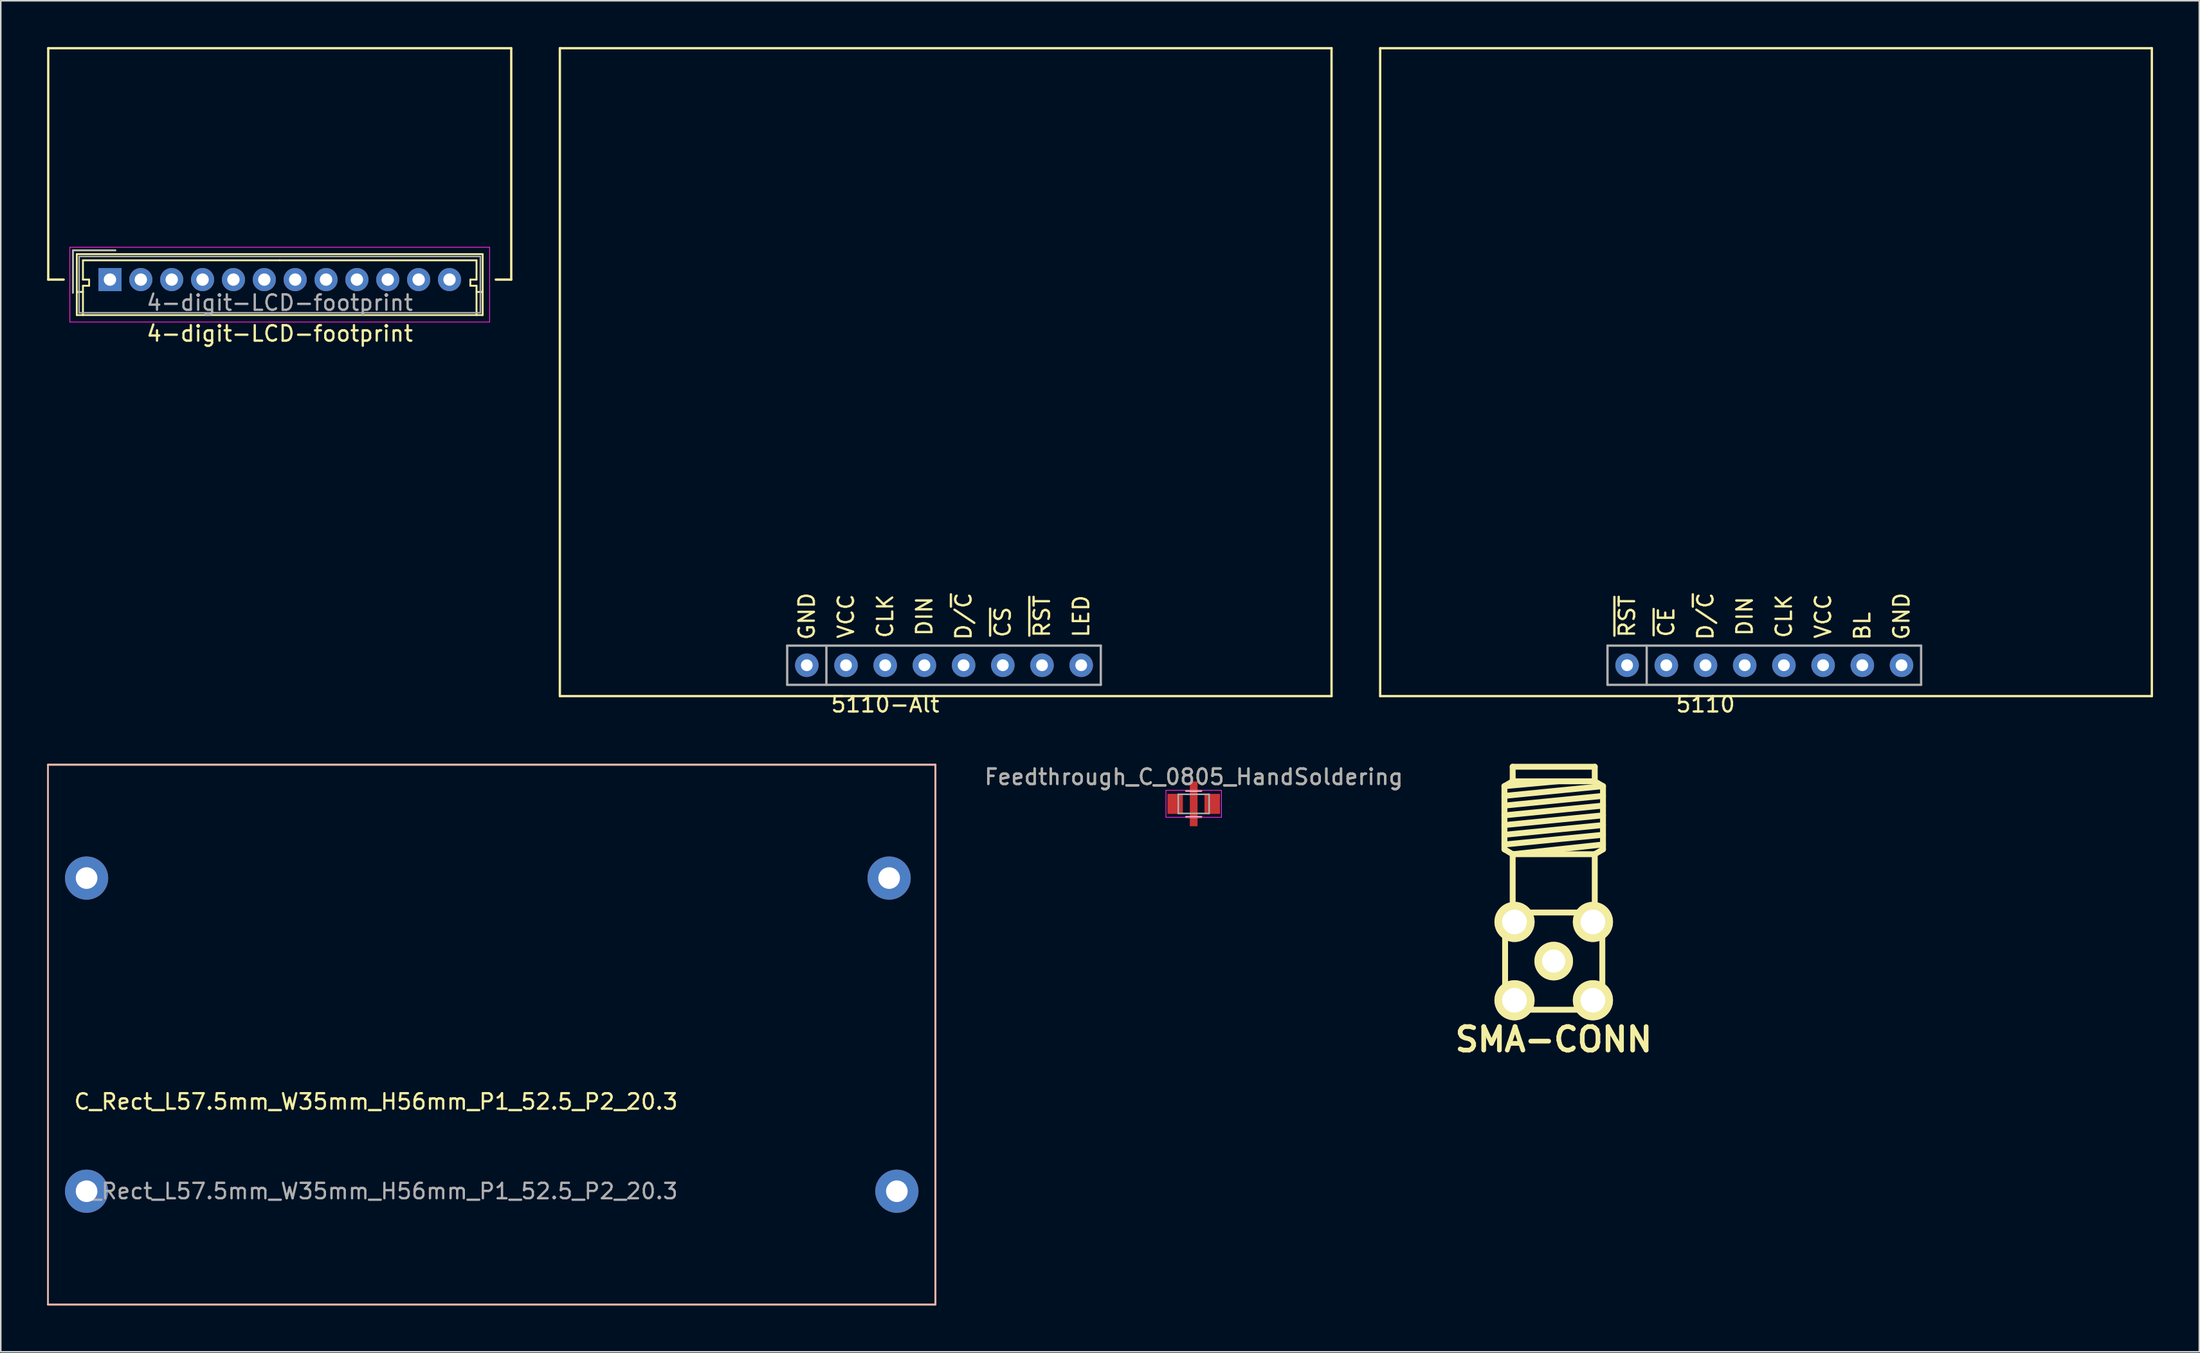
<source format=kicad_pcb>
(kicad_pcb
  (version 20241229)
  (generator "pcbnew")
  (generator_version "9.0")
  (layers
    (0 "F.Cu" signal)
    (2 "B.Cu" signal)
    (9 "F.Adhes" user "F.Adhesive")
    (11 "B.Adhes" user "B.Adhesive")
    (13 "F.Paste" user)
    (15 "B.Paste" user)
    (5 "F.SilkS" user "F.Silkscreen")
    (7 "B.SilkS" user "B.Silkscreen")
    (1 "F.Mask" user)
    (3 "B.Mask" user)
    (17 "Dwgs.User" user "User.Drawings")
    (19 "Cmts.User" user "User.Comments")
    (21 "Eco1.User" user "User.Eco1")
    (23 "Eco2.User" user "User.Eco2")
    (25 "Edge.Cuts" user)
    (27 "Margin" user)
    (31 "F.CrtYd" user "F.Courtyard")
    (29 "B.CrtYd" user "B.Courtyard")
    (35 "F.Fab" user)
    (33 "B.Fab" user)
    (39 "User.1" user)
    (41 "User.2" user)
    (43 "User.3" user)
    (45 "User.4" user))
  (footprint "SMA-CONN"
    (layer "F.Cu")
    (at 97.62 59.255)
    (property "Reference" "SMA-CONN" (at 0 5.08 0) (layer "F.SilkS") (effects (font (size 1.524 1.524) (thickness 0.305))))
    (attr through_hole)
    (fp_line (start -3.193 -11.341) (end -2.659 -11.656) (stroke (width 0.381) (type solid)) (layer "F.SilkS"))
    (fp_line (start -3.193 -11.341) (end 0.267 -11.656) (stroke (width 0.381) (type solid)) (layer "F.SilkS"))
    (fp_line (start -3.193 -10.711) (end 3.193 -11.341) (stroke (width 0.381) (type solid)) (layer "F.SilkS"))
    (fp_line (start -3.193 -10.081) (end 3.193 -10.711) (stroke (width 0.381) (type solid)) (layer "F.SilkS"))
    (fp_line (start -3.193 -9.449) (end 3.193 -10.081) (stroke (width 0.381) (type solid)) (layer "F.SilkS"))
    (fp_line (start -3.193 -8.819) (end 3.193 -9.449) (stroke (width 0.381) (type solid)) (layer "F.SilkS"))
    (fp_line (start -3.193 -8.189) (end 3.193 -8.819) (stroke (width 0.381) (type solid)) (layer "F.SilkS"))
    (fp_line (start -3.193 -7.559) (end 3.193 -8.189) (stroke (width 0.381) (type solid)) (layer "F.SilkS"))
    (fp_line (start -3.193 -7.244) (end -3.193 -11.341) (stroke (width 0.381) (type solid)) (layer "F.SilkS"))
    (fp_line (start -3.15 -3.15) (end 3.15 -3.15) (stroke (width 0.381) (type solid)) (layer "F.SilkS"))
    (fp_line (start -3.15 3.15) (end -3.15 -3.15) (stroke (width 0.381) (type solid)) (layer "F.SilkS"))
    (fp_line (start -2.659 -11.656) (end -2.659 -12.601) (stroke (width 0.381) (type solid)) (layer "F.SilkS"))
    (fp_line (start -2.659 -11.656) (end 2.659 -11.656) (stroke (width 0.381) (type solid)) (layer "F.SilkS"))
    (fp_line (start -2.659 -6.929) (end -3.193 -7.244) (stroke (width 0.381) (type solid)) (layer "F.SilkS"))
    (fp_line (start -2.659 -3.15) (end -2.659 -6.929) (stroke (width 0.381) (type solid)) (layer "F.SilkS"))
    (fp_line (start 2.659 -12.601) (end -2.659 -12.601) (stroke (width 0.381) (type solid)) (layer "F.SilkS"))
    (fp_line (start 2.659 -11.656) (end 2.659 -12.601) (stroke (width 0.381) (type solid)) (layer "F.SilkS"))
    (fp_line (start 2.659 -11.656) (end 3.193 -11.341) (stroke (width 0.381) (type solid)) (layer "F.SilkS"))
    (fp_line (start 2.659 -6.929) (end -2.659 -6.929) (stroke (width 0.381) (type solid)) (layer "F.SilkS"))
    (fp_line (start 2.659 -3.15) (end 2.659 -6.929) (stroke (width 0.381) (type solid)) (layer "F.SilkS"))
    (fp_line (start 3.15 -3.15) (end 3.15 3.15) (stroke (width 0.381) (type solid)) (layer "F.SilkS"))
    (fp_line (start 3.15 3.15) (end -3.15 3.15) (stroke (width 0.381) (type solid)) (layer "F.SilkS"))
    (fp_line (start 3.193 -11.341) (end 3.193 -7.244) (stroke (width 0.381) (type solid)) (layer "F.SilkS"))
    (fp_line (start 3.193 -7.559) (end -2.659 -6.929) (stroke (width 0.381) (type solid)) (layer "F.SilkS"))
    (fp_line (start 3.193 -7.244) (end 2.659 -6.929) (stroke (width 0.381) (type solid)) (layer "F.SilkS"))
    (pad "1" thru_hole circle (at 0 0) (size 2.5 2.5) (drill 1.5) (layers "*.Cu" "*.Mask" "F.SilkS"))
    (pad "2" thru_hole circle (at -2.54 -2.54) (size 2.6 2.6) (drill 1.6) (layers "*.Cu" "*.Mask" "F.SilkS"))
    (pad "2" thru_hole circle (at -2.54 2.54) (size 2.6 2.6) (drill 1.6) (layers "*.Cu" "*.Mask" "F.SilkS"))
    (pad "2" thru_hole circle (at 2.54 -2.54) (size 2.6 2.6) (drill 1.6) (layers "*.Cu" "*.Mask" "F.SilkS"))
    (pad "2" thru_hole circle (at 2.54 2.54) (size 2.6 2.6) (drill 1.6) (layers "*.Cu" "*.Mask" "F.SilkS")))
  (footprint "4-digit-LCD-footprint"
    (layer "F.Cu")
    (at 4.075 15.075)
    (property "Reference" "4-digit-LCD-footprint" (at 11 3.5 0) (layer "F.SilkS") (effects (font (size 1 1) (thickness 0.15))))
    (attr through_hole)
    (fp_line (start -4 -15) (end 26 -15) (stroke (width 0.15) (type solid)) (layer "F.SilkS"))
    (fp_line (start -4 0) (end -4 -15) (stroke (width 0.15) (type solid)) (layer "F.SilkS"))
    (fp_line (start -4 0) (end -3 0) (stroke (width 0.15) (type solid)) (layer "F.SilkS"))
    (fp_line (start -2.4 -1.9) (end -2.4 0.85) (stroke (width 0.12) (type solid)) (layer "F.SilkS"))
    (fp_line (start -2.15 -1.65) (end -2.15 2.3) (stroke (width 0.12) (type solid)) (layer "F.SilkS"))
    (fp_line (start -2.15 0.8) (end -1.75 0.8) (stroke (width 0.12) (type solid)) (layer "F.SilkS"))
    (fp_line (start -2.15 2.3) (end 24.15 2.3) (stroke (width 0.12) (type solid)) (layer "F.SilkS"))
    (fp_line (start -1.75 -1.25) (end -1.75 0) (stroke (width 0.12) (type solid)) (layer "F.SilkS"))
    (fp_line (start -1.75 0) (end -1.35 0) (stroke (width 0.12) (type solid)) (layer "F.SilkS"))
    (fp_line (start -1.75 0.4) (end -1.75 2.3) (stroke (width 0.12) (type solid)) (layer "F.SilkS"))
    (fp_line (start -1.35 0) (end -1.35 0.4) (stroke (width 0.12) (type solid)) (layer "F.SilkS"))
    (fp_line (start -1.35 0.4) (end -1.75 0.4) (stroke (width 0.12) (type solid)) (layer "F.SilkS"))
    (fp_line (start 0.35 -1.9) (end -2.4 -1.9) (stroke (width 0.12) (type solid)) (layer "F.SilkS"))
    (fp_line (start 11 -1.25) (end -1.75 -1.25) (stroke (width 0.12) (type solid)) (layer "F.SilkS"))
    (fp_line (start 11 -1.25) (end 23.75 -1.25) (stroke (width 0.12) (type solid)) (layer "F.SilkS"))
    (fp_line (start 23.35 0) (end 23.35 0.4) (stroke (width 0.12) (type solid)) (layer "F.SilkS"))
    (fp_line (start 23.35 0.4) (end 23.75 0.4) (stroke (width 0.12) (type solid)) (layer "F.SilkS"))
    (fp_line (start 23.75 -1.25) (end 23.75 0) (stroke (width 0.12) (type solid)) (layer "F.SilkS"))
    (fp_line (start 23.75 0) (end 23.35 0) (stroke (width 0.12) (type solid)) (layer "F.SilkS"))
    (fp_line (start 23.75 0.4) (end 23.75 2.3) (stroke (width 0.12) (type solid)) (layer "F.SilkS"))
    (fp_line (start 24.15 -1.65) (end -2.15 -1.65) (stroke (width 0.12) (type solid)) (layer "F.SilkS"))
    (fp_line (start 24.15 0.8) (end 23.75 0.8) (stroke (width 0.12) (type solid)) (layer "F.SilkS"))
    (fp_line (start 24.15 2.3) (end 24.15 -1.65) (stroke (width 0.12) (type solid)) (layer "F.SilkS"))
    (fp_line (start 26 -15) (end 26 0) (stroke (width 0.15) (type solid)) (layer "F.SilkS"))
    (fp_line (start 26 0) (end 25 0) (stroke (width 0.15) (type solid)) (layer "F.SilkS"))
    (fp_line (start -2.6 -2.1) (end -2.6 2.75) (stroke (width 0.05) (type solid)) (layer "F.CrtYd"))
    (fp_line (start -2.6 2.75) (end 24.6 2.75) (stroke (width 0.05) (type solid)) (layer "F.CrtYd"))
    (fp_line (start 24.6 -2.1) (end -2.6 -2.1) (stroke (width 0.05) (type solid)) (layer "F.CrtYd"))
    (fp_line (start 24.6 2.75) (end 24.6 -2.1) (stroke (width 0.05) (type solid)) (layer "F.CrtYd"))
    (fp_line (start -2.4 -1.9) (end -2.4 0.85) (stroke (width 0.1) (type solid)) (layer "F.Fab"))
    (fp_line (start -2 -1.5) (end -2 2.15) (stroke (width 0.1) (type solid)) (layer "F.Fab"))
    (fp_line (start -2 2.15) (end 24 2.15) (stroke (width 0.1) (type solid)) (layer "F.Fab"))
    (fp_line (start 0.35 -1.9) (end -2.4 -1.9) (stroke (width 0.1) (type solid)) (layer "F.Fab"))
    (fp_line (start 24 -1.5) (end -2 -1.5) (stroke (width 0.1) (type solid)) (layer "F.Fab"))
    (fp_line (start 24 2.15) (end 24 -1.5) (stroke (width 0.1) (type solid)) (layer "F.Fab"))
    (fp_text user "${REFERENCE}" (at 11 1.5 0) (layer "F.Fab") (effects (font (size 1 1) (thickness 0.15))))
    (pad "1" thru_hole rect (at 0 0) (size 1.5 1.5) (drill 0.8) (layers "*.Cu" "*.Mask"))
    (pad "2" thru_hole circle (at 2 0) (size 1.5 1.5) (drill 0.8) (layers "*.Cu" "*.Mask"))
    (pad "3" thru_hole circle (at 4 0) (size 1.5 1.5) (drill 0.8) (layers "*.Cu" "*.Mask"))
    (pad "4" thru_hole circle (at 6 0) (size 1.5 1.5) (drill 0.8) (layers "*.Cu" "*.Mask"))
    (pad "5" thru_hole circle (at 8 0) (size 1.5 1.5) (drill 0.8) (layers "*.Cu" "*.Mask"))
    (pad "6" thru_hole circle (at 10 0) (size 1.5 1.5) (drill 0.8) (layers "*.Cu" "*.Mask"))
    (pad "7" thru_hole circle (at 12 0) (size 1.5 1.5) (drill 0.8) (layers "*.Cu" "*.Mask"))
    (pad "8" thru_hole circle (at 14 0) (size 1.5 1.5) (drill 0.8) (layers "*.Cu" "*.Mask"))
    (pad "9" thru_hole circle (at 16 0) (size 1.5 1.5) (drill 0.8) (layers "*.Cu" "*.Mask"))
    (pad "10" thru_hole circle (at 18 0) (size 1.5 1.5) (drill 0.8) (layers "*.Cu" "*.Mask"))
    (pad "11" thru_hole circle (at 20 0) (size 1.5 1.5) (drill 0.8) (layers "*.Cu" "*.Mask"))
    (pad "12" thru_hole circle (at 22 0) (size 1.5 1.5) (drill 0.8) (layers "*.Cu" "*.Mask")))
  (footprint "5110-Alt"
    (layer "F.Cu")
    (at 49.225 40.075)
    (property "Reference" "5110-Alt" (at 5.08 2.54 0) (layer "F.SilkS") (effects (font (size 1 1) (thickness 0.15))))
    (attr through_hole)
    (fp_line (start -16 -40) (end -16 2) (stroke (width 0.15) (type solid)) (layer "F.SilkS"))
    (fp_line (start -16 2) (end 34 2) (stroke (width 0.15) (type solid)) (layer "F.SilkS"))
    (fp_line (start 34 -40) (end -16 -40) (stroke (width 0.15) (type solid)) (layer "F.SilkS"))
    (fp_line (start 34 2) (end 34 -40) (stroke (width 0.15) (type solid)) (layer "F.SilkS"))
    (fp_line (start -1.27 -1.27) (end -1.27 1.27) (stroke (width 0.15) (type solid)) (layer "F.Fab"))
    (fp_line (start -1.27 1.27) (end 19.05 1.27) (stroke (width 0.15) (type solid)) (layer "F.Fab"))
    (fp_line (start 1.27 -1.27) (end 1.27 1.27) (stroke (width 0.15) (type solid)) (layer "F.Fab"))
    (fp_line (start 19.05 -1.27) (end -1.27 -1.27) (stroke (width 0.15) (type solid)) (layer "F.Fab"))
    (fp_line (start 19.05 1.27) (end 19.05 -1.27) (stroke (width 0.15) (type solid)) (layer "F.Fab"))
    (fp_text user "CLK" (at 5.08 -3.175 90) (layer "F.SilkS") (effects (font (size 1 1) (thickness 0.15))))
    (fp_text user "DIN" (at 7.62 -3.175 90) (layer "F.SilkS") (effects (font (size 1 1) (thickness 0.15))))
    (fp_text user "D/~{C}" (at 10.16 -3.175 90) (layer "F.SilkS") (effects (font (size 1 1) (thickness 0.15))))
    (fp_text user "VCC" (at 2.54 -3.175 90) (layer "F.SilkS") (effects (font (size 1 1) (thickness 0.15))))
    (fp_text user "GND" (at 0 -3.175 90) (layer "F.SilkS") (effects (font (size 1 1) (thickness 0.15))))
    (fp_text user "LED" (at 17.78 -3.175 90) (layer "F.SilkS") (effects (font (size 1 1) (thickness 0.15))))
    (fp_text user "~{CS}" (at 12.7 -2.794 90) (layer "F.SilkS") (effects (font (size 1 1) (thickness 0.15))))
    (fp_text user "~{RST}" (at 15.24 -3.175 90) (layer "F.SilkS") (effects (font (size 1 1) (thickness 0.15))))
    (pad "1" thru_hole circle (at 0 0) (size 1.524 1.524) (drill 0.762) (layers "*.Cu" "*.Mask"))
    (pad "2" thru_hole circle (at 2.54 0) (size 1.524 1.524) (drill 0.762) (layers "*.Cu" "*.Mask"))
    (pad "3" thru_hole circle (at 5.08 0) (size 1.524 1.524) (drill 0.762) (layers "*.Cu" "*.Mask"))
    (pad "4" thru_hole circle (at 7.62 0) (size 1.524 1.524) (drill 0.762) (layers "*.Cu" "*.Mask"))
    (pad "5" thru_hole circle (at 10.16 0) (size 1.524 1.524) (drill 0.762) (layers "*.Cu" "*.Mask"))
    (pad "6" thru_hole circle (at 12.7 0) (size 1.524 1.524) (drill 0.762) (layers "*.Cu" "*.Mask"))
    (pad "7" thru_hole circle (at 15.24 0) (size 1.524 1.524) (drill 0.762) (layers "*.Cu" "*.Mask"))
    (pad "8" thru_hole circle (at 17.78 0) (size 1.524 1.524) (drill 0.762) (layers "*.Cu" "*.Mask")))
  (footprint "Feedthrough_C_0805_HandSoldering"
    (layer "F.Cu")
    (at 74.293 49.062)
    (property "Reference" "Feedthrough_C_0805_HandSoldering" (at 0 -1.75 0) (layer "F.SilkS") (effects (font (size 1 1) (thickness 0.15))))
    (attr smd)
    (fp_line (start -0.5 0.85) (end 0.5 0.85) (stroke (width 0.12) (type solid)) (layer "F.SilkS"))
    (fp_line (start 0.5 -0.85) (end -0.5 -0.85) (stroke (width 0.12) (type solid)) (layer "F.SilkS"))
    (fp_line (start -1.8 -0.88) (end -1.8 0.87) (stroke (width 0.05) (type solid)) (layer "F.CrtYd"))
    (fp_line (start -1.8 -0.88) (end 1.8 -0.88) (stroke (width 0.05) (type solid)) (layer "F.CrtYd"))
    (fp_line (start 1.8 0.87) (end -1.8 0.87) (stroke (width 0.05) (type solid)) (layer "F.CrtYd"))
    (fp_line (start 1.8 0.87) (end 1.8 -0.88) (stroke (width 0.05) (type solid)) (layer "F.CrtYd"))
    (fp_line (start -1 -0.62) (end 1 -0.62) (stroke (width 0.1) (type solid)) (layer "F.Fab"))
    (fp_line (start -1 0.62) (end -1 -0.62) (stroke (width 0.1) (type solid)) (layer "F.Fab"))
    (fp_line (start 1 -0.62) (end 1 0.62) (stroke (width 0.1) (type solid)) (layer "F.Fab"))
    (fp_line (start 1 0.62) (end -1 0.62) (stroke (width 0.1) (type solid)) (layer "F.Fab"))
    (fp_text user "${REFERENCE}" (at 0 -1.75 0) (layer "F.Fab") (effects (font (size 1 1) (thickness 0.15))))
    (pad "1" smd rect (at -1.2 0) (size 1 1.3) (layers "F.Cu" "F.Mask" "F.Paste"))
    (pad "2" smd rect (at 1.2 0) (size 1 1.3) (layers "F.Cu" "F.Mask" "F.Paste"))
    (pad "3" smd rect (at 0 0) (size 0.5 2.9) (layers "F.Cu" "F.Mask" "F.Paste")))
  (footprint "C_Rect_L57.5mm_W35mm_H56mm_P1_52.5_P2_20.3"
    (layer "F.Cu")
    (at 2.56 74.173)
    (property "Reference" "C_Rect_L57.5mm_W35mm_H56mm_P1_52.5_P2_20.3" (at 18.75 -5.81 0) (layer "F.SilkS") (effects (font (size 1 1) (thickness 0.15))))
    (attr through_hole)
    (fp_line (start -2.5 -27.65) (end 55 -27.65) (stroke (width 0.12) (type solid)) (layer "F.SilkS"))
    (fp_line (start -2.5 7.35) (end -2.5 -27.65) (stroke (width 0.1) (type solid)) (layer "F.SilkS"))
    (fp_line (start -2.5 7.35) (end 55 7.35) (stroke (width 0.12) (type solid)) (layer "F.SilkS"))
    (fp_line (start 55 7.35) (end 55 -27.65) (stroke (width 0.12) (type solid)) (layer "F.SilkS"))
    (fp_line (start -2.5 -27.65) (end 55 -27.65) (stroke (width 0.12) (type solid)) (layer "B.SilkS"))
    (fp_line (start -2.5 7.35) (end -2.5 -27.65) (stroke (width 0.1) (type solid)) (layer "B.SilkS"))
    (fp_line (start -2.5 7.35) (end 55 7.35) (stroke (width 0.12) (type solid)) (layer "B.SilkS"))
    (fp_line (start 55 7.35) (end 55 -27.65) (stroke (width 0.12) (type solid)) (layer "B.SilkS"))
    (fp_text user "${REFERENCE}" (at 18.75 0 0) (layer "F.Fab") (effects (font (size 1 1) (thickness 0.15))))
    (pad "1" thru_hole circle (at 0 -20.3 90) (size 2.8 2.8) (drill 1.4) (layers "*.Cu" "*.Mask"))
    (pad "1" thru_hole circle (at 0 0) (size 2.8 2.8) (drill 1.4) (layers "*.Cu" "*.Mask"))
    (pad "2" thru_hole circle (at 52 -20.3 90) (size 2.8 2.8) (drill 1.4) (layers "*.Cu" "*.Mask"))
    (pad "2" thru_hole circle (at 52.5 0 90) (size 2.8 2.8) (drill 1.4) (layers "*.Cu" "*.Mask")))
  (footprint "5110"
    (layer "F.Cu")
    (at 102.375 40.075)
    (property "Reference" "5110" (at 5.08 2.54 0) (layer "F.SilkS") (effects (font (size 1 1) (thickness 0.15))))
    (attr through_hole)
    (fp_line (start -16 -40) (end -16 2) (stroke (width 0.15) (type solid)) (layer "F.SilkS"))
    (fp_line (start -16 2) (end 34 2) (stroke (width 0.15) (type solid)) (layer "F.SilkS"))
    (fp_line (start 34 -40) (end -16 -40) (stroke (width 0.15) (type solid)) (layer "F.SilkS"))
    (fp_line (start 34 2) (end 34 -40) (stroke (width 0.15) (type solid)) (layer "F.SilkS"))
    (fp_line (start -1.27 -1.27) (end -1.27 1.27) (stroke (width 0.15) (type solid)) (layer "F.Fab"))
    (fp_line (start -1.27 1.27) (end 19.05 1.27) (stroke (width 0.15) (type solid)) (layer "F.Fab"))
    (fp_line (start 1.27 -1.27) (end 1.27 1.27) (stroke (width 0.15) (type solid)) (layer "F.Fab"))
    (fp_line (start 19.05 -1.27) (end -1.27 -1.27) (stroke (width 0.15) (type solid)) (layer "F.Fab"))
    (fp_line (start 19.05 1.27) (end 19.05 -1.27) (stroke (width 0.15) (type solid)) (layer "F.Fab"))
    (fp_text user "DIN" (at 7.62 -3.175 90) (layer "F.SilkS") (effects (font (size 1 1) (thickness 0.15))))
    (fp_text user "D/~{C}" (at 5.08 -3.175 90) (layer "F.SilkS") (effects (font (size 1 1) (thickness 0.15))))
    (fp_text user "VCC" (at 12.7 -3.175 90) (layer "F.SilkS") (effects (font (size 1 1) (thickness 0.15))))
    (fp_text user "BL" (at 15.24 -2.54 90) (layer "F.SilkS") (effects (font (size 1 1) (thickness 0.15))))
    (fp_text user "~{CE}" (at 2.54 -2.794 90) (layer "F.SilkS") (effects (font (size 1 1) (thickness 0.15))))
    (fp_text user "GND" (at 17.78 -3.175 90) (layer "F.SilkS") (effects (font (size 1 1) (thickness 0.15))))
    (fp_text user "~{RST}" (at 0 -3.175 90) (layer "F.SilkS") (effects (font (size 1 1) (thickness 0.15))))
    (fp_text user "CLK" (at 10.16 -3.175 90) (layer "F.SilkS") (effects (font (size 1 1) (thickness 0.15))))
    (pad "1" thru_hole circle (at 0 0) (size 1.524 1.524) (drill 0.762) (layers "*.Cu" "*.Mask"))
    (pad "2" thru_hole circle (at 2.54 0) (size 1.524 1.524) (drill 0.762) (layers "*.Cu" "*.Mask"))
    (pad "3" thru_hole circle (at 5.08 0) (size 1.524 1.524) (drill 0.762) (layers "*.Cu" "*.Mask"))
    (pad "4" thru_hole circle (at 7.62 0) (size 1.524 1.524) (drill 0.762) (layers "*.Cu" "*.Mask"))
    (pad "5" thru_hole circle (at 10.16 0) (size 1.524 1.524) (drill 0.762) (layers "*.Cu" "*.Mask"))
    (pad "6" thru_hole circle (at 12.7 0) (size 1.524 1.524) (drill 0.762) (layers "*.Cu" "*.Mask"))
    (pad "7" thru_hole circle (at 15.24 0) (size 1.524 1.524) (drill 0.762) (layers "*.Cu" "*.Mask"))
    (pad "8" thru_hole circle (at 17.78 0) (size 1.524 1.524) (drill 0.762) (layers "*.Cu" "*.Mask")))
  (gr_rect
    (start -3 -3)
    (end 139.45 84.583)
    (stroke (width 0.1) (type default))
    (fill no)
    (layer "Edge.Cuts")))
</source>
